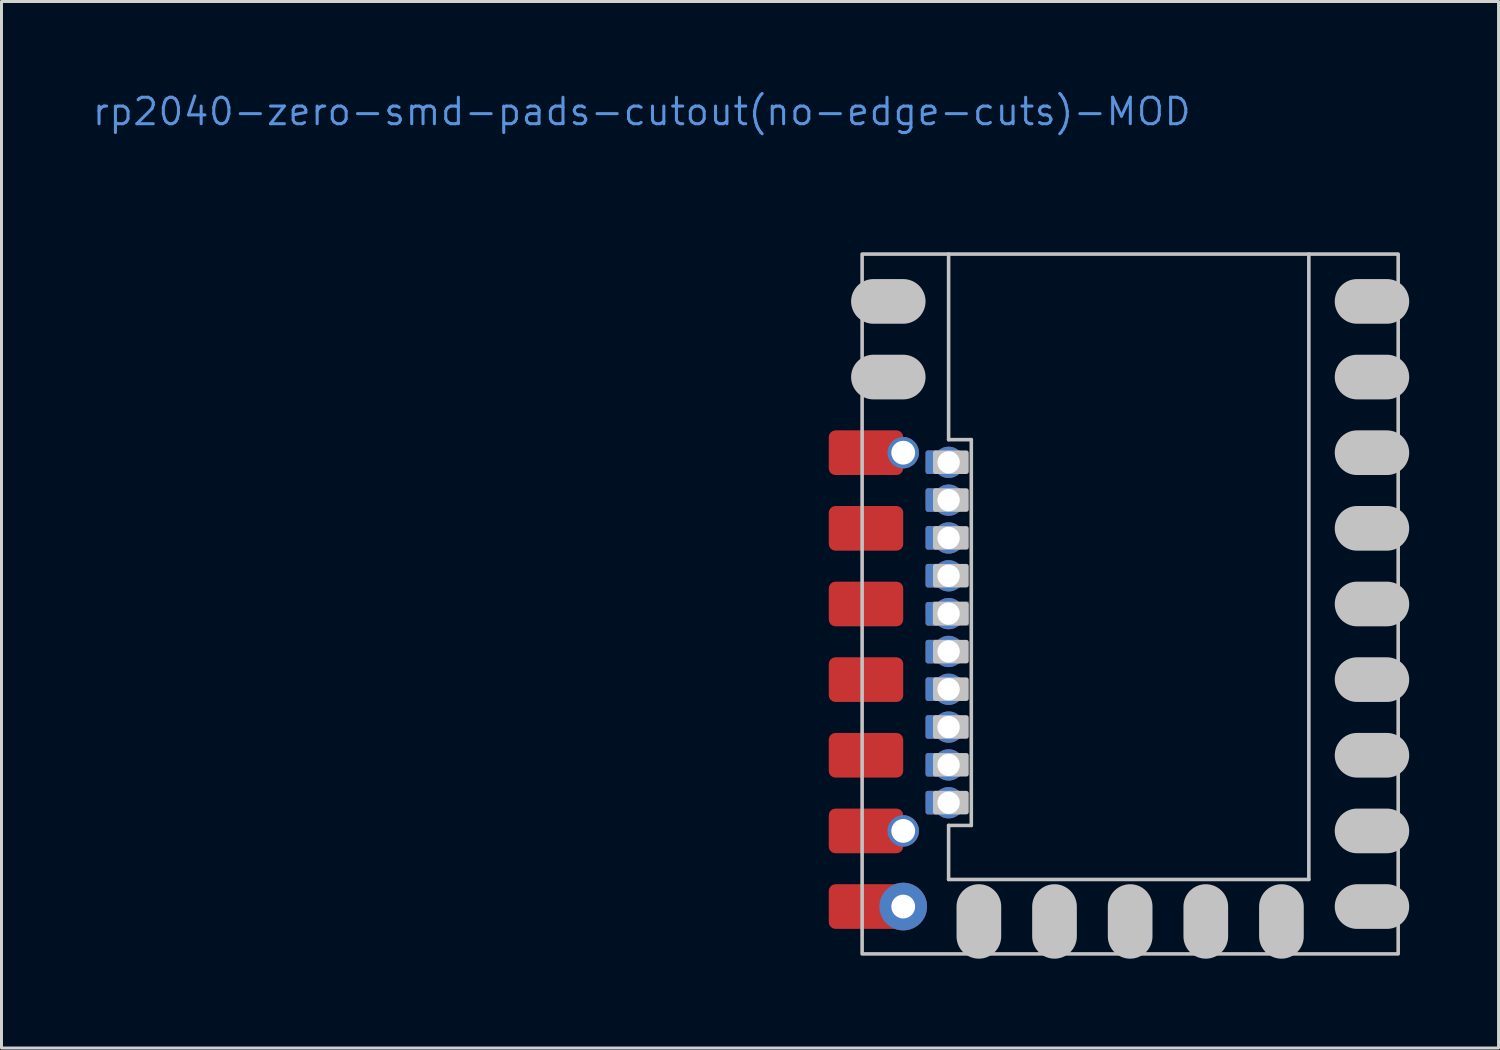
<source format=kicad_pcb>
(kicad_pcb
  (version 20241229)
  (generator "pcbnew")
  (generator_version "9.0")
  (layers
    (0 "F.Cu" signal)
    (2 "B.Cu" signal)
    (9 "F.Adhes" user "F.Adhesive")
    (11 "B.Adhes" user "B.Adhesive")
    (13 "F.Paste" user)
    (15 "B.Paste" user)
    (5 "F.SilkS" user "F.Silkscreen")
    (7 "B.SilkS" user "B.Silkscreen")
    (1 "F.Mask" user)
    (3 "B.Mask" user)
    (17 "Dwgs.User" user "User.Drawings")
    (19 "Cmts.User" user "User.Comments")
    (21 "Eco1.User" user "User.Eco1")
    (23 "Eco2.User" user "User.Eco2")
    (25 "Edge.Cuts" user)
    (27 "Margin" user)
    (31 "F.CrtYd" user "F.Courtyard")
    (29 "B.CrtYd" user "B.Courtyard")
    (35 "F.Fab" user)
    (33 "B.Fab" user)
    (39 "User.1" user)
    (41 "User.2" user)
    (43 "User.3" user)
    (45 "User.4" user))
  (footprint "rp2040-zero-smd-pads-cutout(no-edge-cuts)-MOD"
    (layer "F.Cu")
    (at 34.899 17.231)
    (property "Reference" "rp2040-zero-smd-pads-cutout(no-edge-cuts)-MOD" (at -16.399 -16.533 0) (layer "Cmts.User") (effects (font (size 0.889 0.889) (thickness 0.102))))
    (attr smd exclude_from_pos_files)
    (fp_line (start -6.096 -5.518) (end -6.096 -11.75) (stroke (width 0.12) (type solid)) (layer "Dwgs.User"))
    (fp_line (start -6.096 7.436) (end -5.334 7.436) (stroke (width 0.12) (type solid)) (layer "Dwgs.User"))
    (fp_line (start -6.096 9.25) (end -6.096 7.436) (stroke (width 0.12) (type solid)) (layer "Dwgs.User"))
    (fp_line (start -6.096 9.25) (end 6 9.25) (stroke (width 0.12) (type solid)) (layer "Dwgs.User"))
    (fp_line (start -5.334 -5.518) (end -6.096 -5.518) (stroke (width 0.12) (type solid)) (layer "Dwgs.User"))
    (fp_line (start -5.334 7.436) (end -5.334 -5.518) (stroke (width 0.12) (type solid)) (layer "Dwgs.User"))
    (fp_line (start 6 9.25) (end 6 -11.75) (stroke (width 0.12) (type solid)) (layer "Dwgs.User"))
    (fp_rect (start -9 -11.75) (end 9 11.75) (stroke (width 0.12) (type solid)) (fill no) (layer "Dwgs.User"))
    (fp_rect (start -6.62 -0.075) (end -5.42 0.715) (stroke (width 0.01) (type solid)) (fill no) (layer "Dwgs.User"))
    (fp_line (start -6.1 8.45) (end -6.1 -6.477) (stroke (width 0.127) (type solid)) (layer "User.1"))
    (fp_circle (center -7.62 -5.08) (end -7.11 -5.08) (stroke (width 0.12) (type solid)) (fill no) (layer "User.1"))
    (fp_circle (center -7.62 -5.08) (end -6.88 -5.08) (stroke (width 0.12) (type solid)) (fill no) (layer "User.1"))
    (fp_circle (center -7.62 -2.54) (end -7.11 -2.54) (stroke (width 0.12) (type solid)) (fill no) (layer "User.1"))
    (fp_circle (center -7.62 -2.54) (end -6.88 -2.54) (stroke (width 0.12) (type solid)) (fill no) (layer "User.1"))
    (fp_circle (center -7.62 0) (end -7.11 0) (stroke (width 0.12) (type solid)) (fill no) (layer "User.1"))
    (fp_circle (center -7.62 0) (end -6.88 0) (stroke (width 0.12) (type solid)) (fill no) (layer "User.1"))
    (fp_circle (center -7.62 2.54) (end -7.11 2.54) (stroke (width 0.12) (type solid)) (fill no) (layer "User.1"))
    (fp_circle (center -7.62 2.54) (end -6.88 2.54) (stroke (width 0.12) (type solid)) (fill no) (layer "User.1"))
    (fp_circle (center -7.62 5.08) (end -7.11 5.08) (stroke (width 0.12) (type solid)) (fill no) (layer "User.1"))
    (fp_circle (center -7.62 5.08) (end -6.88 5.08) (stroke (width 0.12) (type solid)) (fill no) (layer "User.1"))
    (fp_circle (center -7.62 7.62) (end -7.11 7.62) (stroke (width 0.12) (type solid)) (fill no) (layer "User.1"))
    (fp_circle (center -7.62 7.62) (end -6.88 7.62) (stroke (width 0.12) (type solid)) (fill no) (layer "User.1"))
    (fp_circle (center -7.62 10.16) (end -7.11 10.16) (stroke (width 0.12) (type solid)) (fill no) (layer "User.1"))
    (fp_circle (center -7.62 10.16) (end -6.88 10.16) (stroke (width 0.12) (type solid)) (fill no) (layer "User.1"))
    (fp_line (start -6.1 8.45) (end -6.1 -6.477) (stroke (width 0.127) (type solid)) (layer "User.2"))
    (fp_text user "20" (at -6.82 3.33 0) (unlocked yes) (layer "User.2") (effects (font (size 0.8 0.8) (thickness 0.076)) (justify left bottom mirror)))
    (fp_text user "17" (at -6.83 7.09 0) (unlocked yes) (layer "User.2") (effects (font (size 0.8 0.8) (thickness 0.076)) (justify left bottom mirror)))
    (fp_text user "G" (at -8.25 -4.26 0) (unlocked yes) (layer "User.2") (effects (font (size 0.8 0.8) (thickness 0.076)) (justify left bottom mirror)))
    (fp_text user "19" (at -6.8 4.61 0) (unlocked yes) (layer "User.2") (effects (font (size 0.8 0.8) (thickness 0.076)) (justify left bottom mirror)))
    (fp_text user "25" (at -6.86 -3.01 0) (unlocked yes) (layer "User.2") (effects (font (size 0.8 0.8) (thickness 0.076)) (justify left bottom mirror)))
    (fp_text user "18" (at -6.79 5.87 0) (unlocked yes) (layer "User.2") (effects (font (size 0.8 0.8) (thickness 0.076)) (justify left bottom mirror)))
    (fp_text user "22" (at -6.84 0.81 0) (unlocked yes) (layer "User.2") (effects (font (size 0.8 0.8) (thickness 0.076)) (justify left bottom mirror)))
    (fp_text user "23" (at -6.84 -0.48 0) (unlocked yes) (layer "User.2") (effects (font (size 0.8 0.8) (thickness 0.076)) (justify left bottom mirror)))
    (fp_text user "21" (at -6.82 2.09 0) (unlocked yes) (layer "User.2") (effects (font (size 0.8 0.8) (thickness 0.076)) (justify left bottom mirror)))
    (fp_text user "24" (at -6.87 -1.76 0) (unlocked yes) (layer "User.2") (effects (font (size 0.8 0.8) (thickness 0.076)) (justify left bottom mirror)))
    (pad "" smd oval (at -7.62 -10.16) (size 2.5 1.5) (drill (offset -0.5 0)) (layers "Dwgs.User"))
    (pad "" smd oval (at -7.62 -7.62) (size 2.5 1.5) (drill (offset -0.5 0)) (layers "Dwgs.User"))
    (pad "" thru_hole circle (at -7.62 10.16) (size 1.6 1.6) (drill 0.8) (layers "*.Cu" "*.Mask"))
    (pad "" smd roundrect (at -6.02 -4.76) (size 1.2 0.79) (layers "F.Mask" "Dwgs.User") (roundrect_rratio 0.1))
    (pad "" smd roundrect (at -6.02 -3.49) (size 1.2 0.79) (layers "F.Mask" "Dwgs.User") (roundrect_rratio 0.1))
    (pad "" smd roundrect (at -6.02 -2.22) (size 1.2 0.79) (layers "F.Mask" "Dwgs.User") (roundrect_rratio 0.1))
    (pad "" smd roundrect (at -6.02 -0.95) (size 1.2 0.79) (layers "F.Mask" "Dwgs.User") (roundrect_rratio 0.1))
    (pad "" smd roundrect (at -6.02 0.324) (size 1.2 0.79) (layers "F.Mask" "Dwgs.User") (roundrect_rratio 0.1))
    (pad "" smd roundrect (at -6.02 1.6) (size 1.2 0.79) (layers "F.Mask" "Dwgs.User") (roundrect_rratio 0.1))
    (pad "" smd roundrect (at -6.02 2.86) (size 1.2 0.79) (layers "F.Mask" "Dwgs.User") (roundrect_rratio 0.1))
    (pad "" smd roundrect (at -6.02 4.13) (size 1.2 0.79) (layers "F.Mask" "Dwgs.User") (roundrect_rratio 0.1))
    (pad "" smd roundrect (at -6.02 5.4) (size 1.2 0.79) (layers "F.Mask" "Dwgs.User") (roundrect_rratio 0.1))
    (pad "" smd roundrect (at -6.02 6.67) (size 1.2 0.79) (layers "F.Mask" "Dwgs.User") (roundrect_rratio 0.1))
    (pad "" smd oval (at -5.08 10.16 90) (size 2.5 1.5) (drill (offset -0.5 0)) (layers "Dwgs.User"))
    (pad "" smd oval (at -2.54 10.16 90) (size 2.5 1.5) (drill (offset -0.5 0)) (layers "Dwgs.User"))
    (pad "" smd oval (at 0 10.16 90) (size 2.5 1.5) (drill (offset -0.5 0)) (layers "Dwgs.User"))
    (pad "" smd oval (at 2.54 10.16 90) (size 2.5 1.5) (drill (offset -0.5 0)) (layers "Dwgs.User"))
    (pad "" smd oval (at 5.08 10.16 90) (size 2.5 1.5) (drill (offset -0.5 0)) (layers "Dwgs.User"))
    (pad "" smd oval (at 7.62 -10.16 180) (size 2.5 1.5) (drill (offset -0.5 0)) (layers "Dwgs.User"))
    (pad "" smd oval (at 7.62 -7.62 180) (size 2.5 1.5) (drill (offset -0.5 0)) (layers "Dwgs.User"))
    (pad "" smd oval (at 7.62 -5.08 180) (size 2.5 1.5) (drill (offset -0.5 0)) (layers "Dwgs.User"))
    (pad "" smd oval (at 7.62 -2.54 180) (size 2.5 1.5) (drill (offset -0.5 0)) (layers "Dwgs.User"))
    (pad "" smd oval (at 7.62 0 180) (size 2.5 1.5) (drill (offset -0.5 0)) (layers "Dwgs.User"))
    (pad "" smd oval (at 7.62 2.54 180) (size 2.5 1.5) (drill (offset -0.5 0)) (layers "Dwgs.User"))
    (pad "" smd oval (at 7.62 5.08 180) (size 2.5 1.5) (drill (offset -0.5 0)) (layers "Dwgs.User"))
    (pad "" smd oval (at 7.62 7.62 180) (size 2.5 1.5) (drill (offset -0.5 0)) (layers "Dwgs.User"))
    (pad "" smd oval (at 7.62 10.16 180) (size 2.5 1.5) (drill (offset -0.5 0)) (layers "Dwgs.User"))
    (pad "3v3" smd roundrect (at -7.62 -5.08) (size 2.5 1.5) (drill (offset -1.25 0)) (layers "F.Cu" "F.Mask" "F.Paste") (roundrect_rratio 0.15))
    (pad "14" smd roundrect (at -7.62 10.16) (size 2.5 1.5) (drill (offset -1.25 0)) (layers "F.Cu" "F.Mask" "F.Paste") (roundrect_rratio 0.15))
    (pad "15" smd roundrect (at -7.62 7.62) (size 2.5 1.5) (drill (offset -1.25 0)) (layers "F.Cu" "F.Mask" "F.Paste") (roundrect_rratio 0.15))
    (pad "17" thru_hole circle (at -6.096 6.674) (size 1.05 1.05) (drill 0.75) (layers "*.Cu" "B.Mask"))
    (pad "17" smd roundrect (at -6.02 6.67) (size 1.2 0.79) (drill (offset -0.25 0)) (layers "F.Cu") (roundrect_rratio 0.1))
    (pad "17" smd roundrect (at -6.02 6.67 180) (size 1.2 0.79) (drill (offset 0.25 0)) (layers "B.Cu") (roundrect_rratio 0.1))
    (pad "18" thru_hole circle (at -6.096 5.404) (size 1.05 1.05) (drill 0.75) (layers "*.Cu" "B.Mask"))
    (pad "18" smd roundrect (at -6.02 5.4) (size 1.2 0.79) (drill (offset -0.25 0)) (layers "F.Cu") (roundrect_rratio 0.1))
    (pad "18" smd roundrect (at -6.02 5.4 180) (size 1.2 0.79) (drill (offset 0.25 0)) (layers "B.Cu") (roundrect_rratio 0.1))
    (pad "19" thru_hole circle (at -6.096 4.134) (size 1.05 1.05) (drill 0.75) (layers "*.Cu" "B.Mask"))
    (pad "19" smd roundrect (at -6.02 4.13) (size 1.2 0.79) (drill (offset -0.25 0)) (layers "F.Cu") (roundrect_rratio 0.1))
    (pad "19" smd roundrect (at -6.02 4.13 180) (size 1.2 0.79) (drill (offset 0.25 0)) (layers "B.Cu") (roundrect_rratio 0.1))
    (pad "20" thru_hole circle (at -6.096 2.864) (size 1.05 1.05) (drill 0.75) (layers "*.Cu" "B.Mask"))
    (pad "20" smd roundrect (at -6.02 2.86) (size 1.2 0.79) (drill (offset -0.25 0)) (layers "F.Cu") (roundrect_rratio 0.1))
    (pad "20" smd roundrect (at -6.02 2.86 180) (size 1.2 0.79) (drill (offset 0.25 0)) (layers "B.Cu") (roundrect_rratio 0.1))
    (pad "21" thru_hole circle (at -6.096 1.594) (size 1.05 1.05) (drill 0.75) (layers "*.Cu" "B.Mask"))
    (pad "21" smd roundrect (at -6.02 1.6) (size 1.2 0.79) (drill (offset -0.25 0)) (layers "F.Cu") (roundrect_rratio 0.1))
    (pad "21" smd roundrect (at -6.02 1.6 180) (size 1.2 0.79) (drill (offset 0.25 0)) (layers "B.Cu") (roundrect_rratio 0.1))
    (pad "22" thru_hole circle (at -7.62 7.62) (size 1.054 1.054) (drill 0.8) (layers "*.Cu" "*.Mask"))
    (pad "22" thru_hole circle (at -6.096 0.324) (size 1.05 1.05) (drill 0.75) (layers "*.Cu" "B.Mask"))
    (pad "22" smd roundrect (at -6.02 0.33) (size 1.2 0.79) (drill (offset -0.25 0)) (layers "F.Cu") (roundrect_rratio 0.1))
    (pad "22" smd roundrect (at -6.02 0.33 180) (size 1.2 0.79) (drill (offset 0.25 0)) (layers "B.Cu") (roundrect_rratio 0.1))
    (pad "23" thru_hole circle (at -6.096 -0.946) (size 1.05 1.05) (drill 0.75) (layers "*.Cu" "B.Mask"))
    (pad "23" smd roundrect (at -6.02 -0.95) (size 1.2 0.79) (drill (offset -0.25 0)) (layers "F.Cu") (roundrect_rratio 0.1))
    (pad "23" smd roundrect (at -6.02 -0.95 180) (size 1.2 0.79) (drill (offset 0.25 0)) (layers "B.Cu") (roundrect_rratio 0.1))
    (pad "24" thru_hole circle (at -6.096 -2.216) (size 1.05 1.05) (drill 0.75) (layers "*.Cu" "B.Mask"))
    (pad "24" smd roundrect (at -6.02 -2.22) (size 1.2 0.79) (drill (offset -0.25 0)) (layers "F.Cu") (roundrect_rratio 0.1))
    (pad "24" smd roundrect (at -6.02 -2.22 180) (size 1.2 0.79) (drill (offset 0.25 0)) (layers "B.Cu") (roundrect_rratio 0.1))
    (pad "25" thru_hole circle (at -6.096 -3.486) (size 1.05 1.05) (drill 0.75) (layers "*.Cu" "B.Mask"))
    (pad "25" smd roundrect (at -6.02 -3.49) (size 1.2 0.79) (drill (offset -0.25 0)) (layers "F.Cu") (roundrect_rratio 0.1))
    (pad "25" smd roundrect (at -6.02 -3.49 180) (size 1.2 0.79) (drill (offset 0.25 0)) (layers "B.Cu") (roundrect_rratio 0.1))
    (pad "26" smd roundrect (at -7.62 5.08) (size 2.5 1.5) (drill (offset -1.25 0)) (layers "F.Cu" "F.Mask" "F.Paste") (roundrect_rratio 0.15))
    (pad "27" smd roundrect (at -7.62 2.54) (size 2.5 1.5) (drill (offset -1.25 0)) (layers "F.Cu" "F.Mask" "F.Paste") (roundrect_rratio 0.15))
    (pad "28" smd roundrect (at -7.62 0) (size 2.5 1.5) (drill (offset -1.25 0)) (layers "F.Cu" "F.Mask" "F.Paste") (roundrect_rratio 0.15))
    (pad "29" smd roundrect (at -7.62 -2.54) (size 2.5 1.5) (drill (offset -1.25 0)) (layers "F.Cu" "F.Mask" "F.Paste") (roundrect_rratio 0.15))
    (pad "35" thru_hole circle (at -7.62 -5.08) (size 1.054 1.054) (drill 0.8) (layers "*.Cu" "*.Mask"))
    (pad "GND" thru_hole circle (at -6.096 -4.756) (size 1.05 1.05) (drill 0.75) (layers "*.Cu" "B.Mask"))
    (pad "GND" smd roundrect (at -6.02 -4.76) (size 1.2 0.79) (drill (offset -0.25 0)) (layers "F.Cu") (roundrect_rratio 0.1))
    (pad "GND" smd roundrect (at -6.02 -4.76 180) (size 1.2 0.79) (drill (offset 0.25 0)) (layers "B.Cu") (roundrect_rratio 0.1)))
  (gr_rect
    (start -3 -3)
    (end 47.269 32.141)
    (stroke (width 0.1) (type default))
    (fill no)
    (layer "Edge.Cuts")))
</source>
